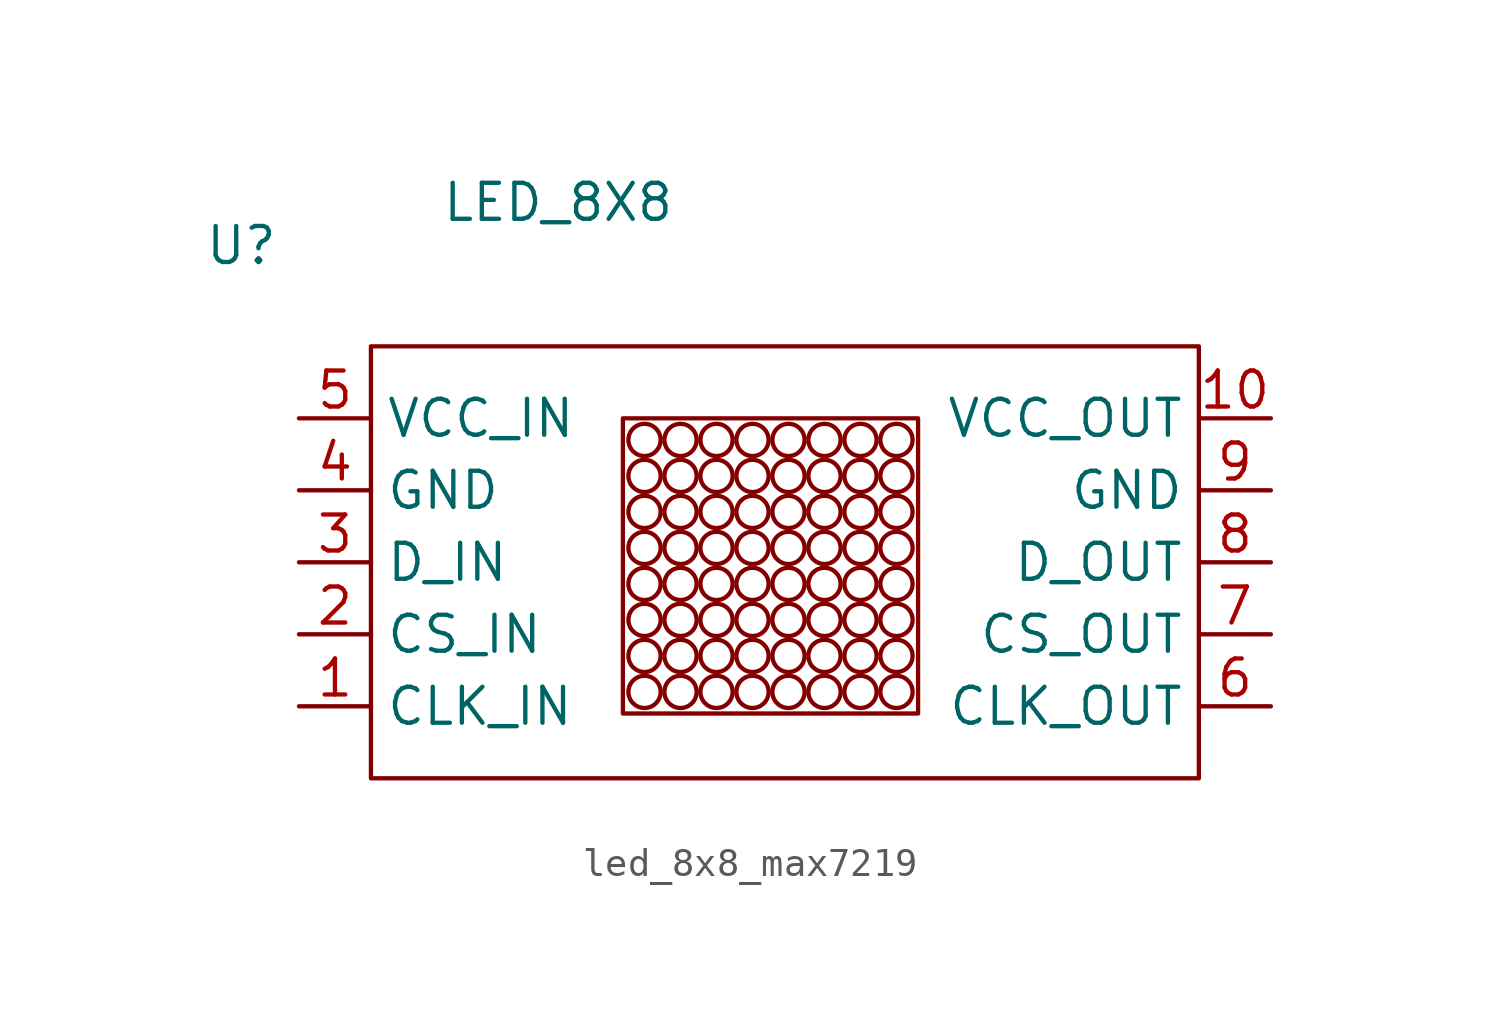
<source format=kicad_sym>
(kicad_symbol_lib
  (version 20231120)
  (generator "kicad_symbol_editor")
  (generator_version "8.0")
  (symbol "led_8x8_max7219"
    (property "Reference" "U"
      (at -4.572 16.256 0)
      (effects (font (size 1.27 1.27))))
    (property "Value" "LED_8X8"
      (at 6.604 17.78 0)
      (effects (font (size 1.27 1.27))))
    (symbol "led_8x8_max7219_0_1"
      (rectangle (start 0 12.7) (end 29.21 -2.54) (stroke (width 0) (type default)) (fill (type none)))
      (rectangle (start 8.89 10.16) (end 19.304 -0.254) (stroke (width 0) (type default)) (fill (type none)))
      (circle (center 9.652 0.508) (radius 0.568) (stroke (width 0) (type default)) (fill (type none)))
      (circle (center 9.652 1.778) (radius 0.568) (stroke (width 0) (type default)) (fill (type none)))
      (circle (center 9.652 3.048) (radius 0.568) (stroke (width 0) (type default)) (fill (type none)))
      (circle (center 9.652 4.318) (radius 0.568) (stroke (width 0) (type default)) (fill (type none)))
      (circle (center 9.652 5.588) (radius 0.568) (stroke (width 0) (type default)) (fill (type none)))
      (circle (center 9.652 6.858) (radius 0.568) (stroke (width 0) (type default)) (fill (type none)))
      (circle (center 9.652 8.128) (radius 0.568) (stroke (width 0) (type default)) (fill (type none)))
      (circle (center 9.652 9.398) (radius 0.568) (stroke (width 0) (type default)) (fill (type none)))
      (circle (center 10.922 0.508) (radius 0.568) (stroke (width 0) (type default)) (fill (type none)))
      (circle (center 10.922 1.778) (radius 0.568) (stroke (width 0) (type default)) (fill (type none)))
      (circle (center 10.922 3.048) (radius 0.568) (stroke (width 0) (type default)) (fill (type none)))
      (circle (center 10.922 4.318) (radius 0.568) (stroke (width 0) (type default)) (fill (type none)))
      (circle (center 10.922 5.588) (radius 0.568) (stroke (width 0) (type default)) (fill (type none)))
      (circle (center 10.922 6.858) (radius 0.568) (stroke (width 0) (type default)) (fill (type none)))
      (circle (center 10.922 8.128) (radius 0.568) (stroke (width 0) (type default)) (fill (type none)))
      (circle (center 10.922 9.398) (radius 0.568) (stroke (width 0) (type default)) (fill (type none)))
      (circle (center 12.192 0.508) (radius 0.568) (stroke (width 0) (type default)) (fill (type none)))
      (circle (center 12.192 1.778) (radius 0.568) (stroke (width 0) (type default)) (fill (type none)))
      (circle (center 12.192 3.048) (radius 0.568) (stroke (width 0) (type default)) (fill (type none)))
      (circle (center 12.192 4.318) (radius 0.568) (stroke (width 0) (type default)) (fill (type none)))
      (circle (center 12.192 5.588) (radius 0.568) (stroke (width 0) (type default)) (fill (type none)))
      (circle (center 12.192 6.858) (radius 0.568) (stroke (width 0) (type default)) (fill (type none)))
      (circle (center 12.192 8.128) (radius 0.568) (stroke (width 0) (type default)) (fill (type none)))
      (circle (center 12.192 9.398) (radius 0.568) (stroke (width 0) (type default)) (fill (type none)))
      (circle (center 13.462 0.508) (radius 0.568) (stroke (width 0) (type default)) (fill (type none)))
      (circle (center 13.462 1.778) (radius 0.568) (stroke (width 0) (type default)) (fill (type none)))
      (circle (center 13.462 3.048) (radius 0.568) (stroke (width 0) (type default)) (fill (type none)))
      (circle (center 13.462 4.318) (radius 0.568) (stroke (width 0) (type default)) (fill (type none)))
      (circle (center 13.462 5.588) (radius 0.568) (stroke (width 0) (type default)) (fill (type none)))
      (circle (center 13.462 6.858) (radius 0.568) (stroke (width 0) (type default)) (fill (type none)))
      (circle (center 13.462 8.128) (radius 0.568) (stroke (width 0) (type default)) (fill (type none)))
      (circle (center 13.462 9.398) (radius 0.568) (stroke (width 0) (type default)) (fill (type none)))
      (circle (center 14.732 0.508) (radius 0.568) (stroke (width 0) (type default)) (fill (type none)))
      (circle (center 14.732 1.778) (radius 0.568) (stroke (width 0) (type default)) (fill (type none)))
      (circle (center 14.732 3.048) (radius 0.568) (stroke (width 0) (type default)) (fill (type none)))
      (circle (center 14.732 4.318) (radius 0.568) (stroke (width 0) (type default)) (fill (type none)))
      (circle (center 14.732 5.588) (radius 0.568) (stroke (width 0) (type default)) (fill (type none)))
      (circle (center 14.732 6.858) (radius 0.568) (stroke (width 0) (type default)) (fill (type none)))
      (circle (center 14.732 8.128) (radius 0.568) (stroke (width 0) (type default)) (fill (type none)))
      (circle (center 14.732 9.398) (radius 0.568) (stroke (width 0) (type default)) (fill (type none)))
      (circle (center 16.002 0.508) (radius 0.568) (stroke (width 0) (type default)) (fill (type none)))
      (circle (center 16.002 1.778) (radius 0.568) (stroke (width 0) (type default)) (fill (type none)))
      (circle (center 16.002 3.048) (radius 0.568) (stroke (width 0) (type default)) (fill (type none)))
      (circle (center 16.002 4.318) (radius 0.568) (stroke (width 0) (type default)) (fill (type none)))
      (circle (center 16.002 5.588) (radius 0.568) (stroke (width 0) (type default)) (fill (type none)))
      (circle (center 16.002 6.858) (radius 0.568) (stroke (width 0) (type default)) (fill (type none)))
      (circle (center 16.002 8.128) (radius 0.568) (stroke (width 0) (type default)) (fill (type none)))
      (circle (center 16.002 9.398) (radius 0.568) (stroke (width 0) (type default)) (fill (type none)))
      (circle (center 17.272 0.508) (radius 0.568) (stroke (width 0) (type default)) (fill (type none)))
      (circle (center 17.272 1.778) (radius 0.568) (stroke (width 0) (type default)) (fill (type none)))
      (circle (center 17.272 3.048) (radius 0.568) (stroke (width 0) (type default)) (fill (type none)))
      (circle (center 17.272 4.318) (radius 0.568) (stroke (width 0) (type default)) (fill (type none)))
      (circle (center 17.272 5.588) (radius 0.568) (stroke (width 0) (type default)) (fill (type none)))
      (circle (center 17.272 6.858) (radius 0.568) (stroke (width 0) (type default)) (fill (type none)))
      (circle (center 17.272 8.128) (radius 0.568) (stroke (width 0) (type default)) (fill (type none)))
      (circle (center 17.272 9.398) (radius 0.568) (stroke (width 0) (type default)) (fill (type none)))
      (circle (center 18.542 0.508) (radius 0.568) (stroke (width 0) (type default)) (fill (type none)))
      (circle (center 18.542 1.778) (radius 0.568) (stroke (width 0) (type default)) (fill (type none)))
      (circle (center 18.542 3.048) (radius 0.568) (stroke (width 0) (type default)) (fill (type none)))
      (circle (center 18.542 4.318) (radius 0.568) (stroke (width 0) (type default)) (fill (type none)))
      (circle (center 18.542 5.588) (radius 0.568) (stroke (width 0) (type default)) (fill (type none)))
      (circle (center 18.542 6.858) (radius 0.568) (stroke (width 0) (type default)) (fill (type none)))
      (circle (center 18.542 8.128) (radius 0.568) (stroke (width 0) (type default)) (fill (type none)))
      (circle (center 18.542 9.398) (radius 0.568) (stroke (width 0) (type default)) (fill (type none))))
    (symbol "led_8x8_max7219_1_1"
      (pin input line (at -2.54 0 0) (length 2.54) (name "CLK_IN" (effects (font (size 1.27 1.27)))) (number "1" (effects (font (size 1.27 1.27)))))
      (pin input line (at 31.75 10.16 180) (length 2.54) (name "VCC_OUT" (effects (font (size 1.27 1.27)))) (number "10" (effects (font (size 1.27 1.27)))))
      (pin input line (at -2.54 2.54 0) (length 2.54) (name "CS_IN" (effects (font (size 1.27 1.27)))) (number "2" (effects (font (size 1.27 1.27)))))
      (pin input line (at -2.54 5.08 0) (length 2.54) (name "D_IN" (effects (font (size 1.27 1.27)))) (number "3" (effects (font (size 1.27 1.27)))))
      (pin input line (at -2.54 7.62 0) (length 2.54) (name "GND" (effects (font (size 1.27 1.27)))) (number "4" (effects (font (size 1.27 1.27)))))
      (pin input line (at -2.54 10.16 0) (length 2.54) (name "VCC_IN" (effects (font (size 1.27 1.27)))) (number "5" (effects (font (size 1.27 1.27)))))
      (pin input line (at 31.75 0 180) (length 2.54) (name "CLK_OUT" (effects (font (size 1.27 1.27)))) (number "6" (effects (font (size 1.27 1.27)))))
      (pin input line (at 31.75 2.54 180) (length 2.54) (name "CS_OUT" (effects (font (size 1.27 1.27)))) (number "7" (effects (font (size 1.27 1.27)))))
      (pin input line (at 31.75 5.08 180) (length 2.54) (name "D_OUT" (effects (font (size 1.27 1.27)))) (number "8" (effects (font (size 1.27 1.27)))))
      (pin input line (at 31.75 7.62 180) (length 2.54) (name "GND" (effects (font (size 1.27 1.27)))) (number "9" (effects (font (size 1.27 1.27))))))))
</source>
